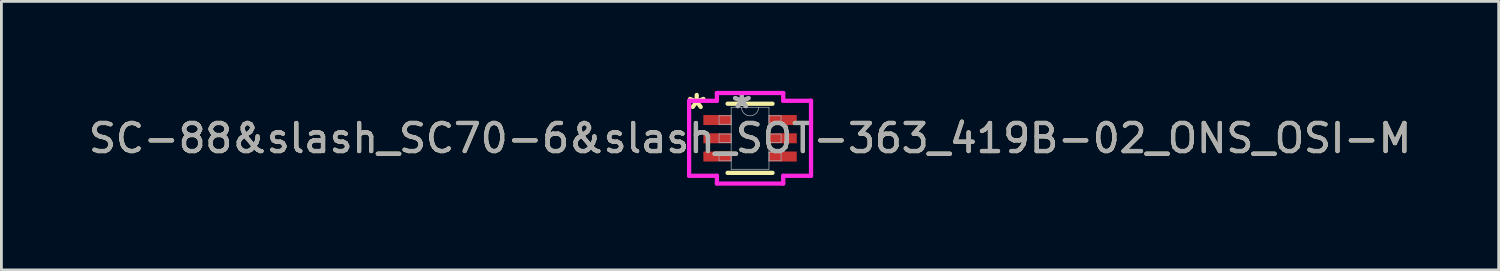
<source format=kicad_pcb>
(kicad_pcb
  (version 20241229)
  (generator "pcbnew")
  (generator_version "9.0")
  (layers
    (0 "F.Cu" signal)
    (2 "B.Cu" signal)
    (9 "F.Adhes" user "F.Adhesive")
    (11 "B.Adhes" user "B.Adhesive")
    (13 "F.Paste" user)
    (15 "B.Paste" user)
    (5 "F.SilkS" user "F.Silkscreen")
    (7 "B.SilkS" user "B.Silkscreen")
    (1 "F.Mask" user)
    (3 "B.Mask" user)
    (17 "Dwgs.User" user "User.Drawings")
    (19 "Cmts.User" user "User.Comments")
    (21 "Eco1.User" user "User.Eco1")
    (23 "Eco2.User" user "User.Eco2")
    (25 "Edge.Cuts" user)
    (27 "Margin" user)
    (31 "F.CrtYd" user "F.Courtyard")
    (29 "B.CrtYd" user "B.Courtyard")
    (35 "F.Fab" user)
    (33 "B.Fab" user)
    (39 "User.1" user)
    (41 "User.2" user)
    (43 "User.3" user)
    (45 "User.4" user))
  (footprint "SC-88&slash_SC70-6&slash_SOT-363_419B-02_ONS_OSI-M"
    (layer "F.Cu")
    (at 23.673 1.877)
    (property "Reference" "SC-88&slash_SC70-6&slash_SOT-363_419B-02_ONS_OSI-M" (at 0 0 0) (unlocked yes) (layer "F.SilkS") (effects (font (size 1 1) (thickness 0.15))))
    (attr smd allow_soldermask_bridges)
    (fp_line (start -0.8 1.232) (end 0.8 1.232) (stroke (width 0.152) (type solid)) (layer "F.SilkS"))
    (fp_line (start 0.8 -1.232) (end -0.8 -1.232) (stroke (width 0.152) (type solid)) (layer "F.SilkS"))
    (fp_line (start -2.172 -1.336) (end -1.181 -1.336) (stroke (width 0.152) (type solid)) (layer "F.CrtYd"))
    (fp_line (start -2.172 1.336) (end -2.172 -1.336) (stroke (width 0.152) (type solid)) (layer "F.CrtYd"))
    (fp_line (start -2.172 1.336) (end -1.181 1.336) (stroke (width 0.152) (type solid)) (layer "F.CrtYd"))
    (fp_line (start -1.181 -1.613) (end 1.181 -1.613) (stroke (width 0.152) (type solid)) (layer "F.CrtYd"))
    (fp_line (start -1.181 -1.336) (end -1.181 -1.613) (stroke (width 0.152) (type solid)) (layer "F.CrtYd"))
    (fp_line (start -1.181 1.613) (end -1.181 1.336) (stroke (width 0.152) (type solid)) (layer "F.CrtYd"))
    (fp_line (start 1.181 -1.613) (end 1.181 -1.336) (stroke (width 0.152) (type solid)) (layer "F.CrtYd"))
    (fp_line (start 1.181 1.336) (end 1.181 1.613) (stroke (width 0.152) (type solid)) (layer "F.CrtYd"))
    (fp_line (start 1.181 1.613) (end -1.181 1.613) (stroke (width 0.152) (type solid)) (layer "F.CrtYd"))
    (fp_line (start 2.172 -1.336) (end 1.181 -1.336) (stroke (width 0.152) (type solid)) (layer "F.CrtYd"))
    (fp_line (start 2.172 -1.336) (end 2.172 1.336) (stroke (width 0.152) (type solid)) (layer "F.CrtYd"))
    (fp_line (start 2.172 1.336) (end 1.181 1.336) (stroke (width 0.152) (type solid)) (layer "F.CrtYd"))
    (fp_line (start -1.105 -0.802) (end -1.105 -0.498) (stroke (width 0.025) (type solid)) (layer "F.Fab"))
    (fp_line (start -1.105 -0.498) (end -0.673 -0.498) (stroke (width 0.025) (type solid)) (layer "F.Fab"))
    (fp_line (start -1.105 -0.152) (end -1.105 0.152) (stroke (width 0.025) (type solid)) (layer "F.Fab"))
    (fp_line (start -1.105 0.152) (end -0.673 0.152) (stroke (width 0.025) (type solid)) (layer "F.Fab"))
    (fp_line (start -1.105 0.498) (end -1.105 0.802) (stroke (width 0.025) (type solid)) (layer "F.Fab"))
    (fp_line (start -1.105 0.802) (end -0.673 0.802) (stroke (width 0.025) (type solid)) (layer "F.Fab"))
    (fp_line (start -0.673 -1.105) (end -0.673 1.105) (stroke (width 0.025) (type solid)) (layer "F.Fab"))
    (fp_line (start -0.673 -0.802) (end -1.105 -0.802) (stroke (width 0.025) (type solid)) (layer "F.Fab"))
    (fp_line (start -0.673 -0.498) (end -0.673 -0.802) (stroke (width 0.025) (type solid)) (layer "F.Fab"))
    (fp_line (start -0.673 -0.152) (end -1.105 -0.152) (stroke (width 0.025) (type solid)) (layer "F.Fab"))
    (fp_line (start -0.673 0.152) (end -0.673 -0.152) (stroke (width 0.025) (type solid)) (layer "F.Fab"))
    (fp_line (start -0.673 0.498) (end -1.105 0.498) (stroke (width 0.025) (type solid)) (layer "F.Fab"))
    (fp_line (start -0.673 0.802) (end -0.673 0.498) (stroke (width 0.025) (type solid)) (layer "F.Fab"))
    (fp_line (start -0.673 1.105) (end 0.673 1.105) (stroke (width 0.025) (type solid)) (layer "F.Fab"))
    (fp_line (start 0.673 -1.105) (end -0.673 -1.105) (stroke (width 0.025) (type solid)) (layer "F.Fab"))
    (fp_line (start 0.673 -0.802) (end 0.673 -0.498) (stroke (width 0.025) (type solid)) (layer "F.Fab"))
    (fp_line (start 0.673 -0.498) (end 1.105 -0.498) (stroke (width 0.025) (type solid)) (layer "F.Fab"))
    (fp_line (start 0.673 -0.152) (end 0.673 0.152) (stroke (width 0.025) (type solid)) (layer "F.Fab"))
    (fp_line (start 0.673 0.152) (end 1.105 0.152) (stroke (width 0.025) (type solid)) (layer "F.Fab"))
    (fp_line (start 0.673 0.498) (end 0.673 0.802) (stroke (width 0.025) (type solid)) (layer "F.Fab"))
    (fp_line (start 0.673 0.802) (end 1.105 0.802) (stroke (width 0.025) (type solid)) (layer "F.Fab"))
    (fp_line (start 0.673 1.105) (end 0.673 -1.105) (stroke (width 0.025) (type solid)) (layer "F.Fab"))
    (fp_line (start 1.105 -0.802) (end 0.673 -0.802) (stroke (width 0.025) (type solid)) (layer "F.Fab"))
    (fp_line (start 1.105 -0.498) (end 1.105 -0.802) (stroke (width 0.025) (type solid)) (layer "F.Fab"))
    (fp_line (start 1.105 -0.152) (end 0.673 -0.152) (stroke (width 0.025) (type solid)) (layer "F.Fab"))
    (fp_line (start 1.105 0.152) (end 1.105 -0.152) (stroke (width 0.025) (type solid)) (layer "F.Fab"))
    (fp_line (start 1.105 0.498) (end 0.673 0.498) (stroke (width 0.025) (type solid)) (layer "F.Fab"))
    (fp_line (start 1.105 0.802) (end 1.105 0.498) (stroke (width 0.025) (type solid)) (layer "F.Fab"))
    (fp_arc (start 0.3048 -1.1049) (mid 0 -0.8001) (end -0.3048 -1.1049) (stroke (width 0.0254) (type solid)) (layer "F.Fab"))
    (fp_text user "*" (at -1.9 -1 0) (unlocked yes) (layer "F.SilkS") (effects (font (size 1 1) (thickness 0.15))))
    (fp_text user "${REFERENCE}" (at 0 0 0) (unlocked yes) (layer "F.Fab") (effects (font (size 1 1) (thickness 0.15))))
    (fp_text user "*" (at -0.292 -1.029 0) (layer "F.Fab") (effects (font (size 1 1) (thickness 0.15))))
    (fp_text user "*" (at -0.292 -1.029 0) (unlocked yes) (layer "F.Fab") (effects (font (size 1 1) (thickness 0.15))))
    (pad "1" smd rect (at -1.168 -0.65) (size 0.991 0.356) (layers "F.Cu" "F.Mask" "F.Paste"))
    (pad "2" smd rect (at -1.168 0) (size 0.991 0.356) (layers "F.Cu" "F.Mask" "F.Paste"))
    (pad "3" smd rect (at -1.168 0.65) (size 0.991 0.356) (layers "F.Cu" "F.Mask" "F.Paste"))
    (pad "4" smd rect (at 1.168 0.65) (size 0.991 0.356) (layers "F.Cu" "F.Mask" "F.Paste"))
    (pad "5" smd rect (at 1.168 0) (size 0.991 0.356) (layers "F.Cu" "F.Mask" "F.Paste"))
    (pad "6" smd rect (at 1.168 -0.65) (size 0.991 0.356) (layers "F.Cu" "F.Mask" "F.Paste")))
  (gr_rect
    (start -3 -3)
    (end 50.345 6.566)
    (stroke (width 0.1) (type default))
    (fill no)
    (layer "Edge.Cuts")))
</source>
